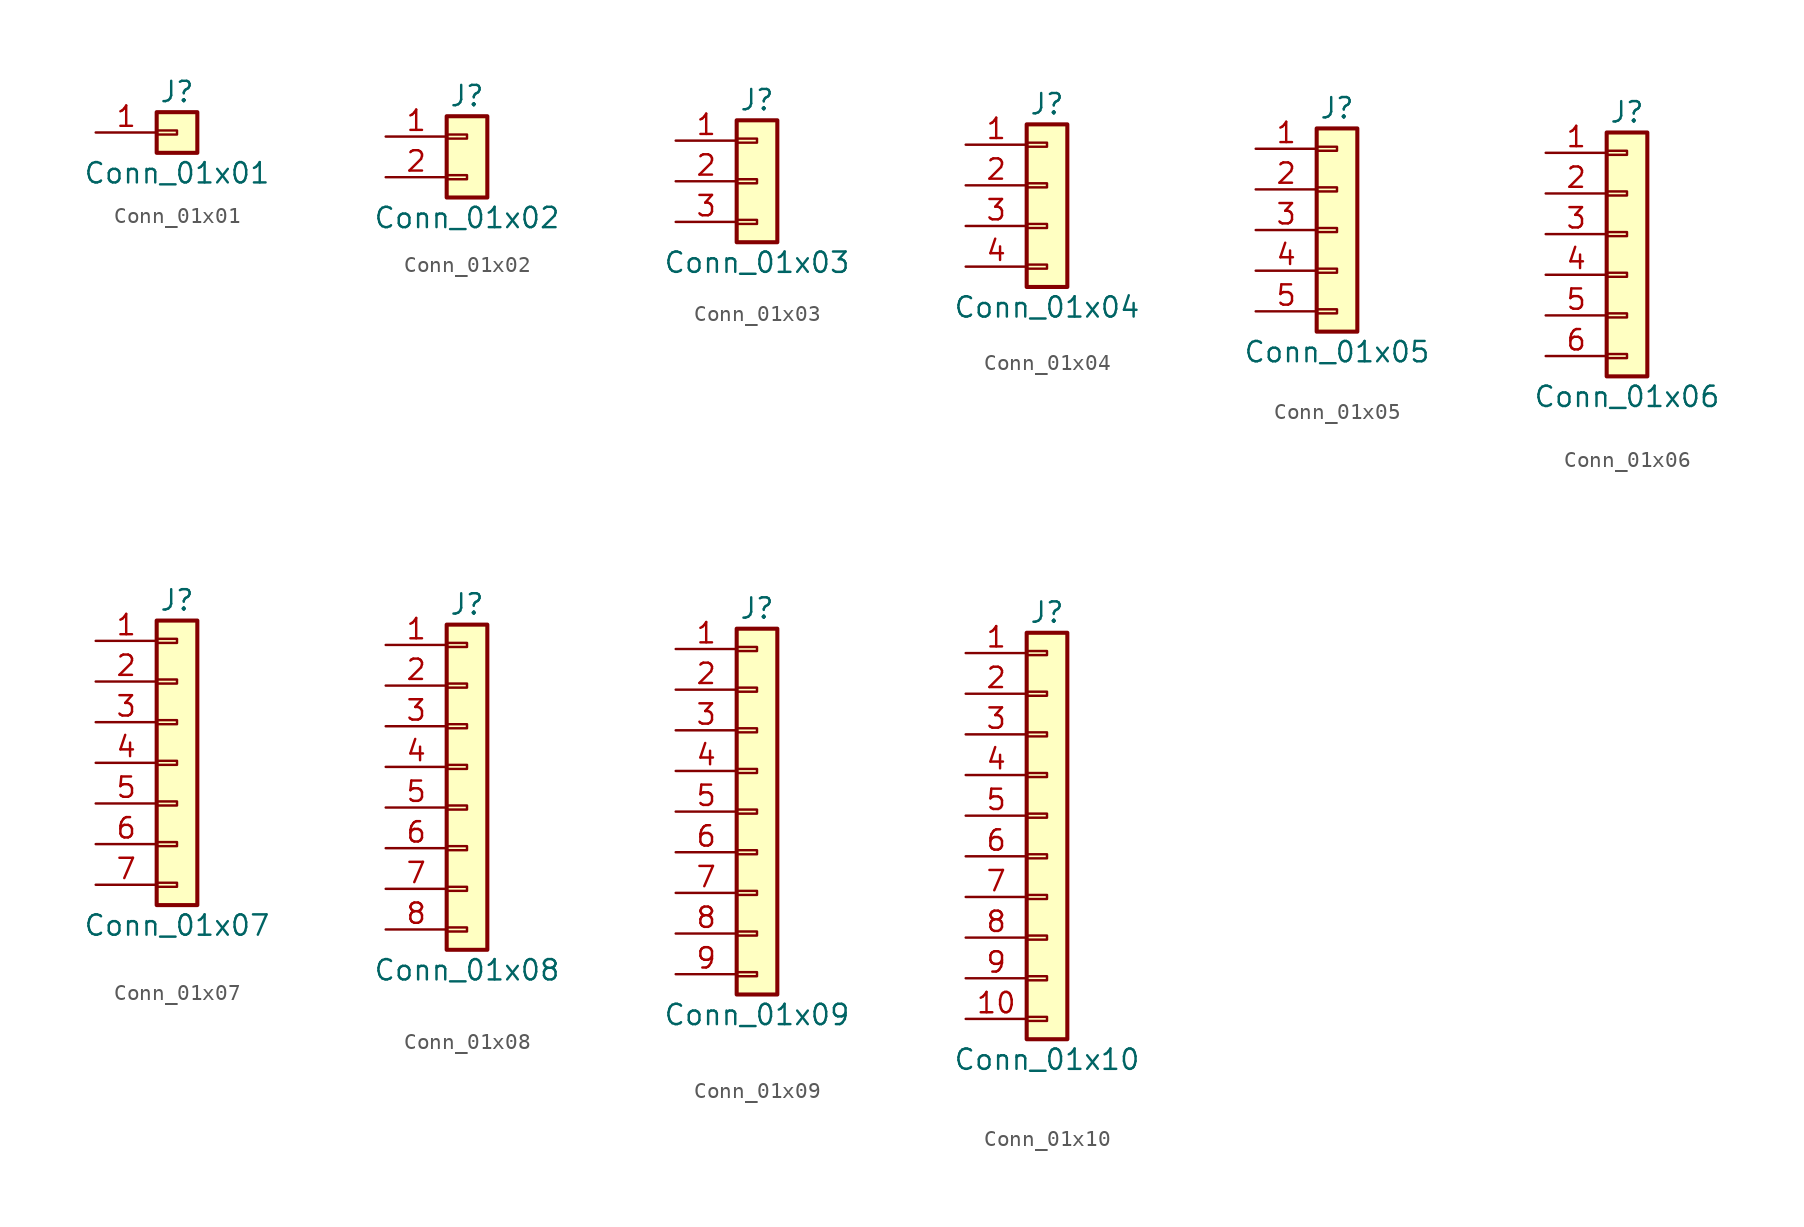
<source format=kicad_sym>
(kicad_symbol_lib
  (version 20201005)
  (generator kicad_symbol_editor)
  (symbol "Conn_01x01"
    (pin_names
      (offset 1.016) hide)
    (property "Reference" "J"
      (at 0 2.54 0)
      (effects (font (size 1.27 1.27))))
    (property "Value" "Conn_01x01"
      (at 0 -2.54 0)
      (effects (font (size 1.27 1.27))))
    (symbol "Conn_01x01_1_1"
      (rectangle (start -1.27 0.127) (end 0 -0.127) (stroke (width 0.152)) (fill (type none)))
      (rectangle (start -1.27 1.27) (end 1.27 -1.27) (stroke (width 0.254)) (fill (type background)))
      (pin passive line (at -5.08 0 0) (length 3.81) (name "Pin_1" (effects (font (size 1.27 1.27)))) (number "1" (effects (font (size 1.27 1.27)))))))
  (symbol "Conn_01x02"
    (pin_names
      (offset 1.016) hide)
    (property "Reference" "J"
      (at 0 2.54 0)
      (effects (font (size 1.27 1.27))))
    (property "Value" "Conn_01x02"
      (at 0 -5.08 0)
      (effects (font (size 1.27 1.27))))
    (symbol "Conn_01x02_1_1"
      (rectangle (start -1.27 -2.413) (end 0 -2.667) (stroke (width 0.152)) (fill (type none)))
      (rectangle (start -1.27 0.127) (end 0 -0.127) (stroke (width 0.152)) (fill (type none)))
      (rectangle (start -1.27 1.27) (end 1.27 -3.81) (stroke (width 0.254)) (fill (type background)))
      (pin passive line (at -5.08 0 0) (length 3.81) (name "Pin_1" (effects (font (size 1.27 1.27)))) (number "1" (effects (font (size 1.27 1.27)))))
      (pin passive line (at -5.08 -2.54 0) (length 3.81) (name "Pin_2" (effects (font (size 1.27 1.27)))) (number "2" (effects (font (size 1.27 1.27)))))))
  (symbol "Conn_01x03"
    (pin_names
      (offset 1.016) hide)
    (property "Reference" "J"
      (at 0 5.08 0)
      (effects (font (size 1.27 1.27))))
    (property "Value" "Conn_01x03"
      (at 0 -5.08 0)
      (effects (font (size 1.27 1.27))))
    (symbol "Conn_01x03_1_1"
      (rectangle (start -1.27 -2.413) (end 0 -2.667) (stroke (width 0.152)) (fill (type none)))
      (rectangle (start -1.27 0.127) (end 0 -0.127) (stroke (width 0.152)) (fill (type none)))
      (rectangle (start -1.27 2.667) (end 0 2.413) (stroke (width 0.152)) (fill (type none)))
      (rectangle (start -1.27 3.81) (end 1.27 -3.81) (stroke (width 0.254)) (fill (type background)))
      (pin passive line (at -5.08 2.54 0) (length 3.81) (name "Pin_1" (effects (font (size 1.27 1.27)))) (number "1" (effects (font (size 1.27 1.27)))))
      (pin passive line (at -5.08 0 0) (length 3.81) (name "Pin_2" (effects (font (size 1.27 1.27)))) (number "2" (effects (font (size 1.27 1.27)))))
      (pin passive line (at -5.08 -2.54 0) (length 3.81) (name "Pin_3" (effects (font (size 1.27 1.27)))) (number "3" (effects (font (size 1.27 1.27)))))))
  (symbol "Conn_01x04"
    (pin_names
      (offset 1.016) hide)
    (property "Reference" "J"
      (at 0 5.08 0)
      (effects (font (size 1.27 1.27))))
    (property "Value" "Conn_01x04"
      (at 0 -7.62 0)
      (effects (font (size 1.27 1.27))))
    (symbol "Conn_01x04_1_1"
      (rectangle (start -1.27 -4.953) (end 0 -5.207) (stroke (width 0.152)) (fill (type none)))
      (rectangle (start -1.27 -2.413) (end 0 -2.667) (stroke (width 0.152)) (fill (type none)))
      (rectangle (start -1.27 0.127) (end 0 -0.127) (stroke (width 0.152)) (fill (type none)))
      (rectangle (start -1.27 2.667) (end 0 2.413) (stroke (width 0.152)) (fill (type none)))
      (rectangle (start -1.27 3.81) (end 1.27 -6.35) (stroke (width 0.254)) (fill (type background)))
      (pin passive line (at -5.08 2.54 0) (length 3.81) (name "Pin_1" (effects (font (size 1.27 1.27)))) (number "1" (effects (font (size 1.27 1.27)))))
      (pin passive line (at -5.08 0 0) (length 3.81) (name "Pin_2" (effects (font (size 1.27 1.27)))) (number "2" (effects (font (size 1.27 1.27)))))
      (pin passive line (at -5.08 -2.54 0) (length 3.81) (name "Pin_3" (effects (font (size 1.27 1.27)))) (number "3" (effects (font (size 1.27 1.27)))))
      (pin passive line (at -5.08 -5.08 0) (length 3.81) (name "Pin_4" (effects (font (size 1.27 1.27)))) (number "4" (effects (font (size 1.27 1.27)))))))
  (symbol "Conn_01x05"
    (pin_names
      (offset 1.016) hide)
    (property "Reference" "J"
      (at 0 7.62 0)
      (effects (font (size 1.27 1.27))))
    (property "Value" "Conn_01x05"
      (at 0 -7.62 0)
      (effects (font (size 1.27 1.27))))
    (symbol "Conn_01x05_1_1"
      (rectangle (start -1.27 -4.953) (end 0 -5.207) (stroke (width 0.152)) (fill (type none)))
      (rectangle (start -1.27 -2.413) (end 0 -2.667) (stroke (width 0.152)) (fill (type none)))
      (rectangle (start -1.27 0.127) (end 0 -0.127) (stroke (width 0.152)) (fill (type none)))
      (rectangle (start -1.27 2.667) (end 0 2.413) (stroke (width 0.152)) (fill (type none)))
      (rectangle (start -1.27 5.207) (end 0 4.953) (stroke (width 0.152)) (fill (type none)))
      (rectangle (start -1.27 6.35) (end 1.27 -6.35) (stroke (width 0.254)) (fill (type background)))
      (pin passive line (at -5.08 5.08 0) (length 3.81) (name "Pin_1" (effects (font (size 1.27 1.27)))) (number "1" (effects (font (size 1.27 1.27)))))
      (pin passive line (at -5.08 2.54 0) (length 3.81) (name "Pin_2" (effects (font (size 1.27 1.27)))) (number "2" (effects (font (size 1.27 1.27)))))
      (pin passive line (at -5.08 0 0) (length 3.81) (name "Pin_3" (effects (font (size 1.27 1.27)))) (number "3" (effects (font (size 1.27 1.27)))))
      (pin passive line (at -5.08 -2.54 0) (length 3.81) (name "Pin_4" (effects (font (size 1.27 1.27)))) (number "4" (effects (font (size 1.27 1.27)))))
      (pin passive line (at -5.08 -5.08 0) (length 3.81) (name "Pin_5" (effects (font (size 1.27 1.27)))) (number "5" (effects (font (size 1.27 1.27)))))))
  (symbol "Conn_01x06"
    (pin_names
      (offset 1.016) hide)
    (property "Reference" "J"
      (at 0 7.62 0)
      (effects (font (size 1.27 1.27))))
    (property "Value" "Conn_01x06"
      (at 0 -10.16 0)
      (effects (font (size 1.27 1.27))))
    (symbol "Conn_01x06_1_1"
      (rectangle (start -1.27 -7.493) (end 0 -7.747) (stroke (width 0.152)) (fill (type none)))
      (rectangle (start -1.27 -4.953) (end 0 -5.207) (stroke (width 0.152)) (fill (type none)))
      (rectangle (start -1.27 -2.413) (end 0 -2.667) (stroke (width 0.152)) (fill (type none)))
      (rectangle (start -1.27 0.127) (end 0 -0.127) (stroke (width 0.152)) (fill (type none)))
      (rectangle (start -1.27 2.667) (end 0 2.413) (stroke (width 0.152)) (fill (type none)))
      (rectangle (start -1.27 5.207) (end 0 4.953) (stroke (width 0.152)) (fill (type none)))
      (rectangle (start -1.27 6.35) (end 1.27 -8.89) (stroke (width 0.254)) (fill (type background)))
      (pin passive line (at -5.08 5.08 0) (length 3.81) (name "Pin_1" (effects (font (size 1.27 1.27)))) (number "1" (effects (font (size 1.27 1.27)))))
      (pin passive line (at -5.08 2.54 0) (length 3.81) (name "Pin_2" (effects (font (size 1.27 1.27)))) (number "2" (effects (font (size 1.27 1.27)))))
      (pin passive line (at -5.08 0 0) (length 3.81) (name "Pin_3" (effects (font (size 1.27 1.27)))) (number "3" (effects (font (size 1.27 1.27)))))
      (pin passive line (at -5.08 -2.54 0) (length 3.81) (name "Pin_4" (effects (font (size 1.27 1.27)))) (number "4" (effects (font (size 1.27 1.27)))))
      (pin passive line (at -5.08 -5.08 0) (length 3.81) (name "Pin_5" (effects (font (size 1.27 1.27)))) (number "5" (effects (font (size 1.27 1.27)))))
      (pin passive line (at -5.08 -7.62 0) (length 3.81) (name "Pin_6" (effects (font (size 1.27 1.27)))) (number "6" (effects (font (size 1.27 1.27)))))))
  (symbol "Conn_01x07"
    (pin_names
      (offset 1.016) hide)
    (property "Reference" "J"
      (at 0 10.16 0)
      (effects (font (size 1.27 1.27))))
    (property "Value" "Conn_01x07"
      (at 0 -10.16 0)
      (effects (font (size 1.27 1.27))))
    (symbol "Conn_01x07_1_1"
      (rectangle (start -1.27 -7.493) (end 0 -7.747) (stroke (width 0.152)) (fill (type none)))
      (rectangle (start -1.27 -4.953) (end 0 -5.207) (stroke (width 0.152)) (fill (type none)))
      (rectangle (start -1.27 -2.413) (end 0 -2.667) (stroke (width 0.152)) (fill (type none)))
      (rectangle (start -1.27 0.127) (end 0 -0.127) (stroke (width 0.152)) (fill (type none)))
      (rectangle (start -1.27 2.667) (end 0 2.413) (stroke (width 0.152)) (fill (type none)))
      (rectangle (start -1.27 5.207) (end 0 4.953) (stroke (width 0.152)) (fill (type none)))
      (rectangle (start -1.27 7.747) (end 0 7.493) (stroke (width 0.152)) (fill (type none)))
      (rectangle (start -1.27 8.89) (end 1.27 -8.89) (stroke (width 0.254)) (fill (type background)))
      (pin passive line (at -5.08 7.62 0) (length 3.81) (name "Pin_1" (effects (font (size 1.27 1.27)))) (number "1" (effects (font (size 1.27 1.27)))))
      (pin passive line (at -5.08 5.08 0) (length 3.81) (name "Pin_2" (effects (font (size 1.27 1.27)))) (number "2" (effects (font (size 1.27 1.27)))))
      (pin passive line (at -5.08 2.54 0) (length 3.81) (name "Pin_3" (effects (font (size 1.27 1.27)))) (number "3" (effects (font (size 1.27 1.27)))))
      (pin passive line (at -5.08 0 0) (length 3.81) (name "Pin_4" (effects (font (size 1.27 1.27)))) (number "4" (effects (font (size 1.27 1.27)))))
      (pin passive line (at -5.08 -2.54 0) (length 3.81) (name "Pin_5" (effects (font (size 1.27 1.27)))) (number "5" (effects (font (size 1.27 1.27)))))
      (pin passive line (at -5.08 -5.08 0) (length 3.81) (name "Pin_6" (effects (font (size 1.27 1.27)))) (number "6" (effects (font (size 1.27 1.27)))))
      (pin passive line (at -5.08 -7.62 0) (length 3.81) (name "Pin_7" (effects (font (size 1.27 1.27)))) (number "7" (effects (font (size 1.27 1.27)))))))
  (symbol "Conn_01x08"
    (pin_names
      (offset 1.016) hide)
    (property "Reference" "J"
      (at 0 10.16 0)
      (effects (font (size 1.27 1.27))))
    (property "Value" "Conn_01x08"
      (at 0 -12.7 0)
      (effects (font (size 1.27 1.27))))
    (symbol "Conn_01x08_1_1"
      (rectangle (start -1.27 -10.033) (end 0 -10.287) (stroke (width 0.152)) (fill (type none)))
      (rectangle (start -1.27 -7.493) (end 0 -7.747) (stroke (width 0.152)) (fill (type none)))
      (rectangle (start -1.27 -4.953) (end 0 -5.207) (stroke (width 0.152)) (fill (type none)))
      (rectangle (start -1.27 -2.413) (end 0 -2.667) (stroke (width 0.152)) (fill (type none)))
      (rectangle (start -1.27 0.127) (end 0 -0.127) (stroke (width 0.152)) (fill (type none)))
      (rectangle (start -1.27 2.667) (end 0 2.413) (stroke (width 0.152)) (fill (type none)))
      (rectangle (start -1.27 5.207) (end 0 4.953) (stroke (width 0.152)) (fill (type none)))
      (rectangle (start -1.27 7.747) (end 0 7.493) (stroke (width 0.152)) (fill (type none)))
      (rectangle (start -1.27 8.89) (end 1.27 -11.43) (stroke (width 0.254)) (fill (type background)))
      (pin passive line (at -5.08 7.62 0) (length 3.81) (name "Pin_1" (effects (font (size 1.27 1.27)))) (number "1" (effects (font (size 1.27 1.27)))))
      (pin passive line (at -5.08 5.08 0) (length 3.81) (name "Pin_2" (effects (font (size 1.27 1.27)))) (number "2" (effects (font (size 1.27 1.27)))))
      (pin passive line (at -5.08 2.54 0) (length 3.81) (name "Pin_3" (effects (font (size 1.27 1.27)))) (number "3" (effects (font (size 1.27 1.27)))))
      (pin passive line (at -5.08 0 0) (length 3.81) (name "Pin_4" (effects (font (size 1.27 1.27)))) (number "4" (effects (font (size 1.27 1.27)))))
      (pin passive line (at -5.08 -2.54 0) (length 3.81) (name "Pin_5" (effects (font (size 1.27 1.27)))) (number "5" (effects (font (size 1.27 1.27)))))
      (pin passive line (at -5.08 -5.08 0) (length 3.81) (name "Pin_6" (effects (font (size 1.27 1.27)))) (number "6" (effects (font (size 1.27 1.27)))))
      (pin passive line (at -5.08 -7.62 0) (length 3.81) (name "Pin_7" (effects (font (size 1.27 1.27)))) (number "7" (effects (font (size 1.27 1.27)))))
      (pin passive line (at -5.08 -10.16 0) (length 3.81) (name "Pin_8" (effects (font (size 1.27 1.27)))) (number "8" (effects (font (size 1.27 1.27)))))))
  (symbol "Conn_01x09"
    (pin_names
      (offset 1.016) hide)
    (property "Reference" "J"
      (at 0 12.7 0)
      (effects (font (size 1.27 1.27))))
    (property "Value" "Conn_01x09"
      (at 0 -12.7 0)
      (effects (font (size 1.27 1.27))))
    (symbol "Conn_01x09_1_1"
      (rectangle (start -1.27 -10.033) (end 0 -10.287) (stroke (width 0.152)) (fill (type none)))
      (rectangle (start -1.27 -7.493) (end 0 -7.747) (stroke (width 0.152)) (fill (type none)))
      (rectangle (start -1.27 -4.953) (end 0 -5.207) (stroke (width 0.152)) (fill (type none)))
      (rectangle (start -1.27 -2.413) (end 0 -2.667) (stroke (width 0.152)) (fill (type none)))
      (rectangle (start -1.27 0.127) (end 0 -0.127) (stroke (width 0.152)) (fill (type none)))
      (rectangle (start -1.27 2.667) (end 0 2.413) (stroke (width 0.152)) (fill (type none)))
      (rectangle (start -1.27 5.207) (end 0 4.953) (stroke (width 0.152)) (fill (type none)))
      (rectangle (start -1.27 7.747) (end 0 7.493) (stroke (width 0.152)) (fill (type none)))
      (rectangle (start -1.27 10.287) (end 0 10.033) (stroke (width 0.152)) (fill (type none)))
      (rectangle (start -1.27 11.43) (end 1.27 -11.43) (stroke (width 0.254)) (fill (type background)))
      (pin passive line (at -5.08 10.16 0) (length 3.81) (name "Pin_1" (effects (font (size 1.27 1.27)))) (number "1" (effects (font (size 1.27 1.27)))))
      (pin passive line (at -5.08 7.62 0) (length 3.81) (name "Pin_2" (effects (font (size 1.27 1.27)))) (number "2" (effects (font (size 1.27 1.27)))))
      (pin passive line (at -5.08 5.08 0) (length 3.81) (name "Pin_3" (effects (font (size 1.27 1.27)))) (number "3" (effects (font (size 1.27 1.27)))))
      (pin passive line (at -5.08 2.54 0) (length 3.81) (name "Pin_4" (effects (font (size 1.27 1.27)))) (number "4" (effects (font (size 1.27 1.27)))))
      (pin passive line (at -5.08 0 0) (length 3.81) (name "Pin_5" (effects (font (size 1.27 1.27)))) (number "5" (effects (font (size 1.27 1.27)))))
      (pin passive line (at -5.08 -2.54 0) (length 3.81) (name "Pin_6" (effects (font (size 1.27 1.27)))) (number "6" (effects (font (size 1.27 1.27)))))
      (pin passive line (at -5.08 -5.08 0) (length 3.81) (name "Pin_7" (effects (font (size 1.27 1.27)))) (number "7" (effects (font (size 1.27 1.27)))))
      (pin passive line (at -5.08 -7.62 0) (length 3.81) (name "Pin_8" (effects (font (size 1.27 1.27)))) (number "8" (effects (font (size 1.27 1.27)))))
      (pin passive line (at -5.08 -10.16 0) (length 3.81) (name "Pin_9" (effects (font (size 1.27 1.27)))) (number "9" (effects (font (size 1.27 1.27)))))))
  (symbol "Conn_01x10"
    (pin_names
      (offset 1.016) hide)
    (property "Reference" "J"
      (at 0 12.7 0)
      (effects (font (size 1.27 1.27))))
    (property "Value" "Conn_01x10"
      (at 0 -15.24 0)
      (effects (font (size 1.27 1.27))))
    (symbol "Conn_01x10_1_1"
      (rectangle (start -1.27 -12.573) (end 0 -12.827) (stroke (width 0.152)) (fill (type none)))
      (rectangle (start -1.27 -10.033) (end 0 -10.287) (stroke (width 0.152)) (fill (type none)))
      (rectangle (start -1.27 -7.493) (end 0 -7.747) (stroke (width 0.152)) (fill (type none)))
      (rectangle (start -1.27 -4.953) (end 0 -5.207) (stroke (width 0.152)) (fill (type none)))
      (rectangle (start -1.27 -2.413) (end 0 -2.667) (stroke (width 0.152)) (fill (type none)))
      (rectangle (start -1.27 0.127) (end 0 -0.127) (stroke (width 0.152)) (fill (type none)))
      (rectangle (start -1.27 2.667) (end 0 2.413) (stroke (width 0.152)) (fill (type none)))
      (rectangle (start -1.27 5.207) (end 0 4.953) (stroke (width 0.152)) (fill (type none)))
      (rectangle (start -1.27 7.747) (end 0 7.493) (stroke (width 0.152)) (fill (type none)))
      (rectangle (start -1.27 10.287) (end 0 10.033) (stroke (width 0.152)) (fill (type none)))
      (rectangle (start -1.27 11.43) (end 1.27 -13.97) (stroke (width 0.254)) (fill (type background)))
      (pin passive line (at -5.08 10.16 0) (length 3.81) (name "Pin_1" (effects (font (size 1.27 1.27)))) (number "1" (effects (font (size 1.27 1.27)))))
      (pin passive line (at -5.08 -12.7 0) (length 3.81) (name "Pin_10" (effects (font (size 1.27 1.27)))) (number "10" (effects (font (size 1.27 1.27)))))
      (pin passive line (at -5.08 7.62 0) (length 3.81) (name "Pin_2" (effects (font (size 1.27 1.27)))) (number "2" (effects (font (size 1.27 1.27)))))
      (pin passive line (at -5.08 5.08 0) (length 3.81) (name "Pin_3" (effects (font (size 1.27 1.27)))) (number "3" (effects (font (size 1.27 1.27)))))
      (pin passive line (at -5.08 2.54 0) (length 3.81) (name "Pin_4" (effects (font (size 1.27 1.27)))) (number "4" (effects (font (size 1.27 1.27)))))
      (pin passive line (at -5.08 0 0) (length 3.81) (name "Pin_5" (effects (font (size 1.27 1.27)))) (number "5" (effects (font (size 1.27 1.27)))))
      (pin passive line (at -5.08 -2.54 0) (length 3.81) (name "Pin_6" (effects (font (size 1.27 1.27)))) (number "6" (effects (font (size 1.27 1.27)))))
      (pin passive line (at -5.08 -5.08 0) (length 3.81) (name "Pin_7" (effects (font (size 1.27 1.27)))) (number "7" (effects (font (size 1.27 1.27)))))
      (pin passive line (at -5.08 -7.62 0) (length 3.81) (name "Pin_8" (effects (font (size 1.27 1.27)))) (number "8" (effects (font (size 1.27 1.27)))))
      (pin passive line (at -5.08 -10.16 0) (length 3.81) (name "Pin_9" (effects (font (size 1.27 1.27)))) (number "9" (effects (font (size 1.27 1.27))))))))
</source>
